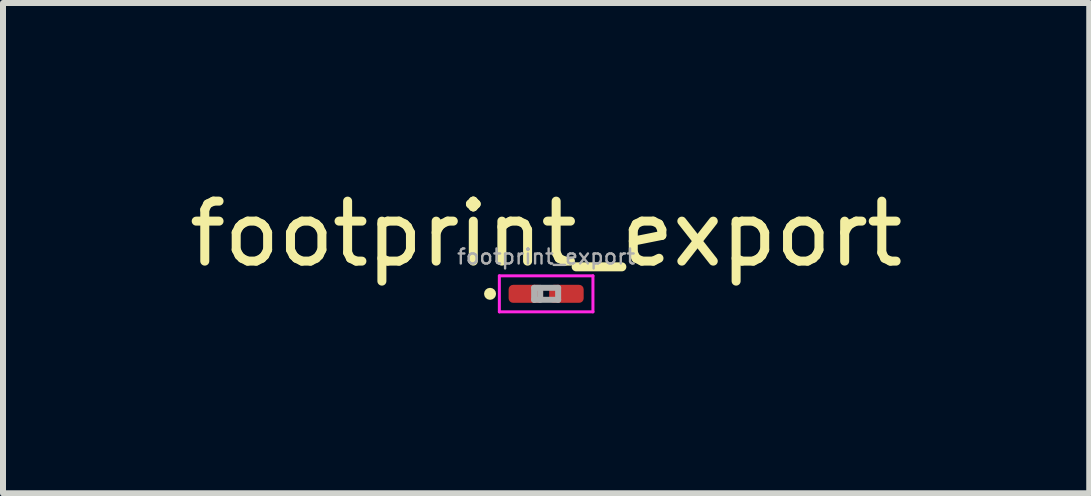
<source format=kicad_pcb>
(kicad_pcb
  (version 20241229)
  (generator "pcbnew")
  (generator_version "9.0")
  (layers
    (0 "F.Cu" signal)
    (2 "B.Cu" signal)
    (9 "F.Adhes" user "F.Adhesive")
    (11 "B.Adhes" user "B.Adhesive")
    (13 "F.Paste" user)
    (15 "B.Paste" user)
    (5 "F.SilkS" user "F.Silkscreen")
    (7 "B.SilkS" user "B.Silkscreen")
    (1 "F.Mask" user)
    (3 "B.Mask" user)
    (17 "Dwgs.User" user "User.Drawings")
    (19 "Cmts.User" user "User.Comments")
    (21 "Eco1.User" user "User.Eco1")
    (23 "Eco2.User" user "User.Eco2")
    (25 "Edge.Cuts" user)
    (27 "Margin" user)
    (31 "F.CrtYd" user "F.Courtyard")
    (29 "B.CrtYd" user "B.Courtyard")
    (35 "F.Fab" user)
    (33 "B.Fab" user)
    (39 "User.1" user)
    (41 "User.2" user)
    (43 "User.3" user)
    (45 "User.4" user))
  (footprint "footprint_export"
    (layer "F.Cu")
    (at 6.054 1.848)
    (property "Reference" "footprint_export" (at 0 -1 0) (layer "F.SilkS") (effects (font (size 1 1) (thickness 0.15))))
    (attr smd)
    (fp_circle (center -0.935 0) (end -0.885 0) (stroke (width 0.1) (type solid)) (fill no) (layer "F.SilkS"))
    (fp_line (start -0.78 -0.3) (end 0.78 -0.3) (stroke (width 0.05) (type solid)) (layer "F.CrtYd"))
    (fp_line (start -0.78 0.3) (end -0.78 -0.3) (stroke (width 0.05) (type solid)) (layer "F.CrtYd"))
    (fp_line (start 0.78 -0.3) (end 0.78 0.3) (stroke (width 0.05) (type solid)) (layer "F.CrtYd"))
    (fp_line (start 0.78 0.3) (end -0.78 0.3) (stroke (width 0.05) (type solid)) (layer "F.CrtYd"))
    (fp_line (start -0.2 -0.1) (end 0.2 -0.1) (stroke (width 0.1) (type solid)) (layer "F.Fab"))
    (fp_line (start -0.2 0.1) (end -0.2 -0.1) (stroke (width 0.1) (type solid)) (layer "F.Fab"))
    (fp_line (start -0.1 0.1) (end -0.1 -0.1) (stroke (width 0.1) (type solid)) (layer "F.Fab"))
    (fp_line (start 0.2 -0.1) (end 0.2 0.1) (stroke (width 0.1) (type solid)) (layer "F.Fab"))
    (fp_line (start 0.2 0.1) (end -0.2 0.1) (stroke (width 0.1) (type solid)) (layer "F.Fab"))
    (fp_text user "${REFERENCE}" (at 0 -0.62 0) (layer "F.Fab") (effects (font (size 0.25 0.25) (thickness 0.04))))
    (pad "" smd roundrect (at -0.362 0) (size 0.41 0.27) (layers "F.Paste") (roundrect_rratio 0.25))
    (pad "" smd roundrect (at 0.362 0) (size 0.41 0.27) (layers "F.Paste") (roundrect_rratio 0.25))
    (pad "1" smd roundrect (at -0.338 0) (size 0.575 0.3) (layers "F.Cu" "F.Mask") (roundrect_rratio 0.25))
    (pad "2" smd roundrect (at 0.338 0) (size 0.575 0.3) (layers "F.Cu" "F.Mask") (roundrect_rratio 0.25)))
  (gr_rect
    (start -3 -3)
    (end 15.107 5.173)
    (stroke (width 0.1) (type default))
    (fill no)
    (layer "Edge.Cuts")))
</source>
